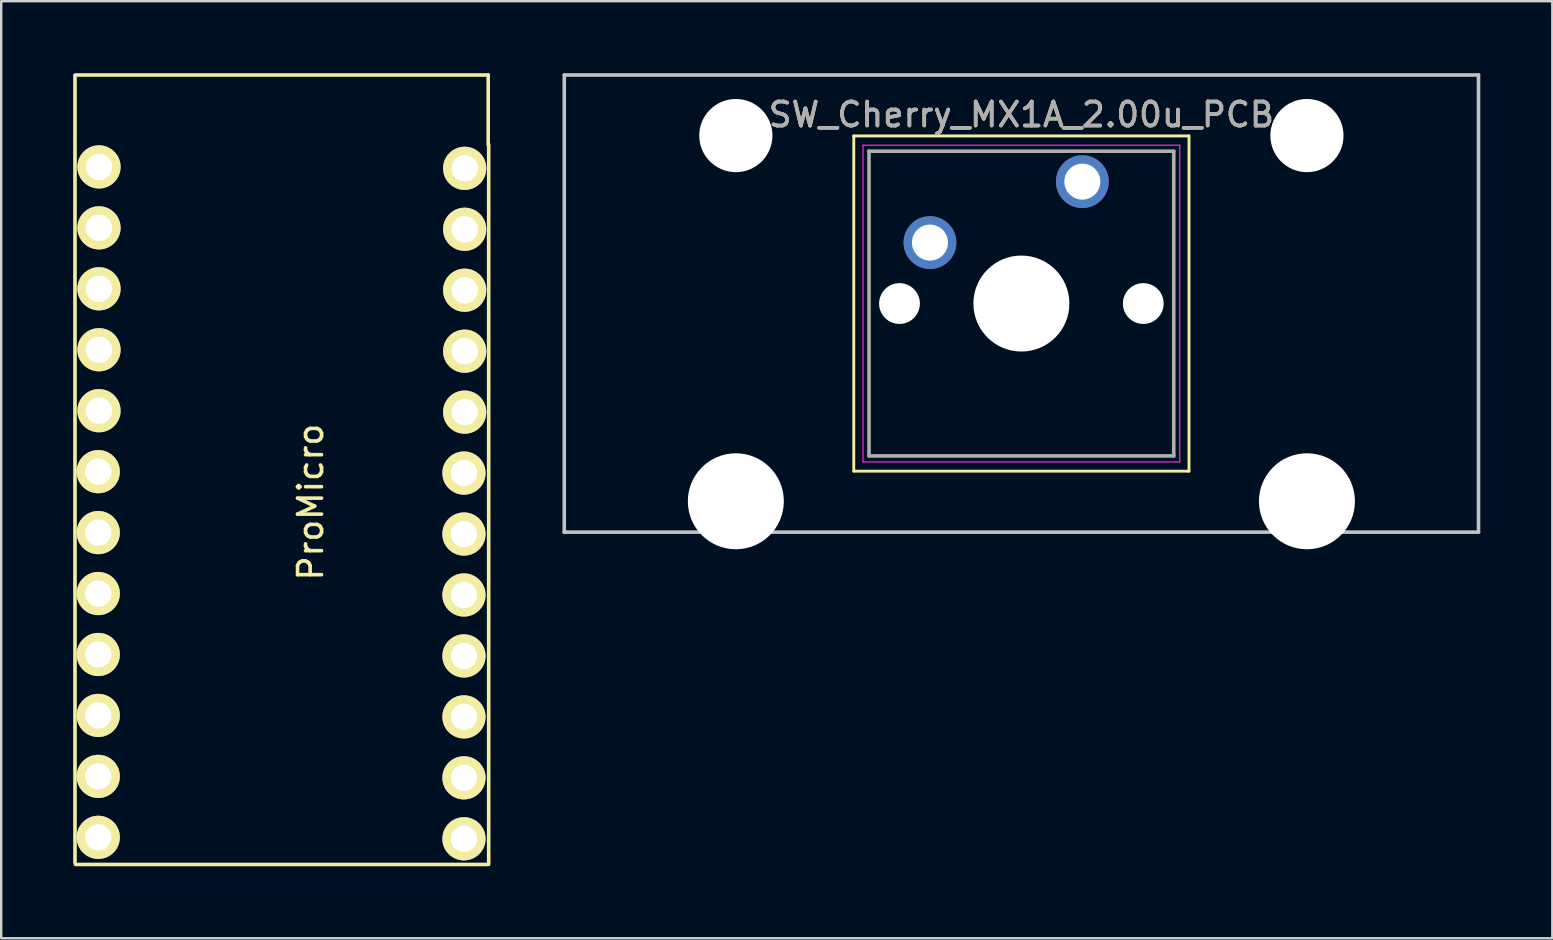
<source format=kicad_pcb>
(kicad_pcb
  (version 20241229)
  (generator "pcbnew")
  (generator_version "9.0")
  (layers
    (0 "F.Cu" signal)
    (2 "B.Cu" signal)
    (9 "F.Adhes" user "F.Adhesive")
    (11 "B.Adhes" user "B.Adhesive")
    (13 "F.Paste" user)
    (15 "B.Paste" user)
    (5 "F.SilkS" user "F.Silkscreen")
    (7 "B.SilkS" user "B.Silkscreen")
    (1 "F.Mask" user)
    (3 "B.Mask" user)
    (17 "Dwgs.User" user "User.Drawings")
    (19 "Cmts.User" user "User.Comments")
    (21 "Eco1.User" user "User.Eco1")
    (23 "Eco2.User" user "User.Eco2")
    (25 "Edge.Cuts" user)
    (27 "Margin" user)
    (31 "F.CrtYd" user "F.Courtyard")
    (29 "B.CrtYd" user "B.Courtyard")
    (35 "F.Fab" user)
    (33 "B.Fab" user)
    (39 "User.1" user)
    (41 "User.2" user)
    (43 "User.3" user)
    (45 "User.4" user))
  (footprint "SW_Cherry_MX1A_2.00u_PCB"
    (layer "F.Cu")
    (at 39.515 9.6)
    (property "Reference" "SW_Cherry_MX1A_2.00u_PCB" (at 0 -7.874 0) (layer "F.SilkS") (effects (font (size 1 1) (thickness 0.15))))
    (attr through_hole)
    (fp_line (start -6.985 -6.985) (end 6.985 -6.985) (stroke (width 0.12) (type solid)) (layer "F.SilkS"))
    (fp_line (start -6.985 6.985) (end -6.985 -6.985) (stroke (width 0.12) (type solid)) (layer "F.SilkS"))
    (fp_line (start 6.985 -6.985) (end 6.985 6.985) (stroke (width 0.12) (type solid)) (layer "F.SilkS"))
    (fp_line (start 6.985 6.985) (end -6.985 6.985) (stroke (width 0.12) (type solid)) (layer "F.SilkS"))
    (fp_line (start -19.05 -9.525) (end 19.05 -9.525) (stroke (width 0.15) (type solid)) (layer "Dwgs.User"))
    (fp_line (start -19.05 9.525) (end -19.05 -9.525) (stroke (width 0.15) (type solid)) (layer "Dwgs.User"))
    (fp_line (start 19.05 -9.525) (end 19.05 9.525) (stroke (width 0.15) (type solid)) (layer "Dwgs.User"))
    (fp_line (start 19.05 9.525) (end -19.05 9.525) (stroke (width 0.15) (type solid)) (layer "Dwgs.User"))
    (fp_line (start -6.6 -6.6) (end 6.6 -6.6) (stroke (width 0.05) (type solid)) (layer "F.CrtYd"))
    (fp_line (start -6.6 6.6) (end -6.6 -6.6) (stroke (width 0.05) (type solid)) (layer "F.CrtYd"))
    (fp_line (start 6.6 -6.6) (end 6.6 6.6) (stroke (width 0.05) (type solid)) (layer "F.CrtYd"))
    (fp_line (start 6.6 6.6) (end -6.6 6.6) (stroke (width 0.05) (type solid)) (layer "F.CrtYd"))
    (fp_line (start -6.35 -6.35) (end 6.35 -6.35) (stroke (width 0.15) (type solid)) (layer "F.Fab"))
    (fp_line (start -6.35 6.35) (end -6.35 -6.35) (stroke (width 0.15) (type solid)) (layer "F.Fab"))
    (fp_line (start 6.35 -6.35) (end 6.35 6.35) (stroke (width 0.15) (type solid)) (layer "F.Fab"))
    (fp_line (start 6.35 6.35) (end -6.35 6.35) (stroke (width 0.15) (type solid)) (layer "F.Fab"))
    (fp_text user "${REFERENCE}" (at 0 -7.874 0) (layer "F.Fab") (effects (font (size 1 1) (thickness 0.15))))
    (pad "" np_thru_hole circle (at -11.9 -7) (size 3.05 3.05) (drill 3.05) (layers "*.Cu" "*.Mask"))
    (pad "" np_thru_hole circle (at -11.9 8.24) (size 4 4) (drill 4) (layers "*.Cu" "*.Mask"))
    (pad "" np_thru_hole circle (at -5.08 0) (size 1.7 1.7) (drill 1.7) (layers "*.Cu" "*.Mask"))
    (pad "" np_thru_hole circle (at 0 0) (size 4 4) (drill 4) (layers "*.Cu" "*.Mask"))
    (pad "" np_thru_hole circle (at 5.08 0) (size 1.7 1.7) (drill 1.7) (layers "*.Cu" "*.Mask"))
    (pad "" np_thru_hole circle (at 11.9 -7) (size 3.05 3.05) (drill 3.05) (layers "*.Cu" "*.Mask"))
    (pad "" np_thru_hole circle (at 11.9 8.24) (size 4 4) (drill 4) (layers "*.Cu" "*.Mask"))
    (pad "1" thru_hole circle (at 2.54 -5.08) (size 2.2 2.2) (drill 1.5) (layers "*.Cu" "*.Mask"))
    (pad "2" thru_hole circle (at -3.81 -2.54) (size 2.2 2.2) (drill 1.5) (layers "*.Cu" "*.Mask")))
  (footprint "ProMicro"
    (layer "F.Cu")
    (at 8.695 17.875)
    (property "Reference" "ProMicro" (at 1.2 0 270) (layer "F.SilkS") (effects (font (size 1 1) (thickness 0.15))))
    (attr through_hole)
    (fp_line (start -8.62 -15.03) (end -8.62 -17.78) (stroke (width 0.15) (type solid)) (layer "F.SilkS"))
    (fp_line (start -8.62 -14.97) (end -8.62 15.03) (stroke (width 0.15) (type solid)) (layer "F.SilkS"))
    (fp_line (start -8.6 -17.8) (end 8.6 -17.8) (stroke (width 0.15) (type solid)) (layer "F.SilkS"))
    (fp_line (start 8.6 -14.9) (end 8.6 -17.8) (stroke (width 0.15) (type solid)) (layer "F.SilkS"))
    (fp_line (start 8.6 15.1) (end -8.6 15.1) (stroke (width 0.15) (type solid)) (layer "F.SilkS"))
    (fp_line (start 8.62 15.09) (end 8.62 -14.91) (stroke (width 0.15) (type solid)) (layer "F.SilkS"))
    (pad "1" thru_hole circle (at -7.62 -13.97 270) (size 1.8 1.8) (drill 1.1) (layers "*.Cu" "*.Mask" "F.SilkS"))
    (pad "2" thru_hole circle (at -7.62 -11.43 270) (size 1.8 1.8) (drill 1.1) (layers "*.Cu" "*.Mask" "F.SilkS"))
    (pad "3" thru_hole circle (at -7.62 -8.89 270) (size 1.8 1.8) (drill 1.1) (layers "*.Cu" "*.Mask" "F.SilkS"))
    (pad "4" thru_hole circle (at -7.62 -6.35 270) (size 1.8 1.8) (drill 1.1) (layers "*.Cu" "*.Mask" "F.SilkS"))
    (pad "5" thru_hole circle (at -7.62 -3.81 270) (size 1.8 1.8) (drill 1.1) (layers "*.Cu" "*.Mask" "F.SilkS"))
    (pad "6" thru_hole circle (at -7.65 -1.27 270) (size 1.8 1.8) (drill 1.1) (layers "*.Cu" "*.Mask" "F.SilkS"))
    (pad "7" thru_hole circle (at -7.65 1.27 270) (size 1.8 1.8) (drill 1.1) (layers "*.Cu" "*.Mask" "F.SilkS"))
    (pad "8" thru_hole circle (at -7.65 3.81 270) (size 1.8 1.8) (drill 1.1) (layers "*.Cu" "*.Mask" "F.SilkS"))
    (pad "9" thru_hole circle (at -7.65 6.35 270) (size 1.8 1.8) (drill 1.1) (layers "*.Cu" "*.Mask" "F.SilkS"))
    (pad "10" thru_hole circle (at -7.65 8.89 270) (size 1.8 1.8) (drill 1.1) (layers "*.Cu" "*.Mask" "F.SilkS"))
    (pad "11" thru_hole circle (at -7.65 11.43 270) (size 1.8 1.8) (drill 1.1) (layers "*.Cu" "*.Mask" "F.SilkS"))
    (pad "12" thru_hole circle (at -7.65 13.97 270) (size 1.8 1.8) (drill 1.1) (layers "*.Cu" "*.Mask" "F.SilkS"))
    (pad "13" thru_hole circle (at 7.59 14.03 270) (size 1.8 1.8) (drill 1.1) (layers "*.Cu" "*.Mask" "F.SilkS"))
    (pad "14" thru_hole circle (at 7.59 11.49 270) (size 1.8 1.8) (drill 1.1) (layers "*.Cu" "*.Mask" "F.SilkS"))
    (pad "15" thru_hole circle (at 7.59 8.95 270) (size 1.8 1.8) (drill 1.1) (layers "*.Cu" "*.Mask" "F.SilkS"))
    (pad "16" thru_hole circle (at 7.59 6.41 270) (size 1.8 1.8) (drill 1.1) (layers "*.Cu" "*.Mask" "F.SilkS"))
    (pad "17" thru_hole circle (at 7.59 3.87 270) (size 1.8 1.8) (drill 1.1) (layers "*.Cu" "*.Mask" "F.SilkS"))
    (pad "18" thru_hole circle (at 7.59 1.33 270) (size 1.8 1.8) (drill 1.1) (layers "*.Cu" "*.Mask" "F.SilkS"))
    (pad "19" thru_hole circle (at 7.59 -1.21 270) (size 1.8 1.8) (drill 1.1) (layers "*.Cu" "*.Mask" "F.SilkS"))
    (pad "20" thru_hole circle (at 7.62 -3.75 270) (size 1.8 1.8) (drill 1.1) (layers "*.Cu" "*.Mask" "F.SilkS"))
    (pad "21" thru_hole circle (at 7.62 -6.29 270) (size 1.8 1.8) (drill 1.1) (layers "*.Cu" "*.Mask" "F.SilkS"))
    (pad "22" thru_hole circle (at 7.62 -8.83 270) (size 1.8 1.8) (drill 1.1) (layers "*.Cu" "*.Mask" "F.SilkS"))
    (pad "23" thru_hole circle (at 7.62 -11.37 270) (size 1.8 1.8) (drill 1.1) (layers "*.Cu" "*.Mask" "F.SilkS"))
    (pad "24" thru_hole circle (at 7.62 -13.91 270) (size 1.8 1.8) (drill 1.1) (layers "*.Cu" "*.Mask" "F.SilkS")))
  (gr_rect
    (start -3 -3)
    (end 61.64 36.05)
    (stroke (width 0.1) (type default))
    (fill no)
    (layer "Edge.Cuts")))
</source>
